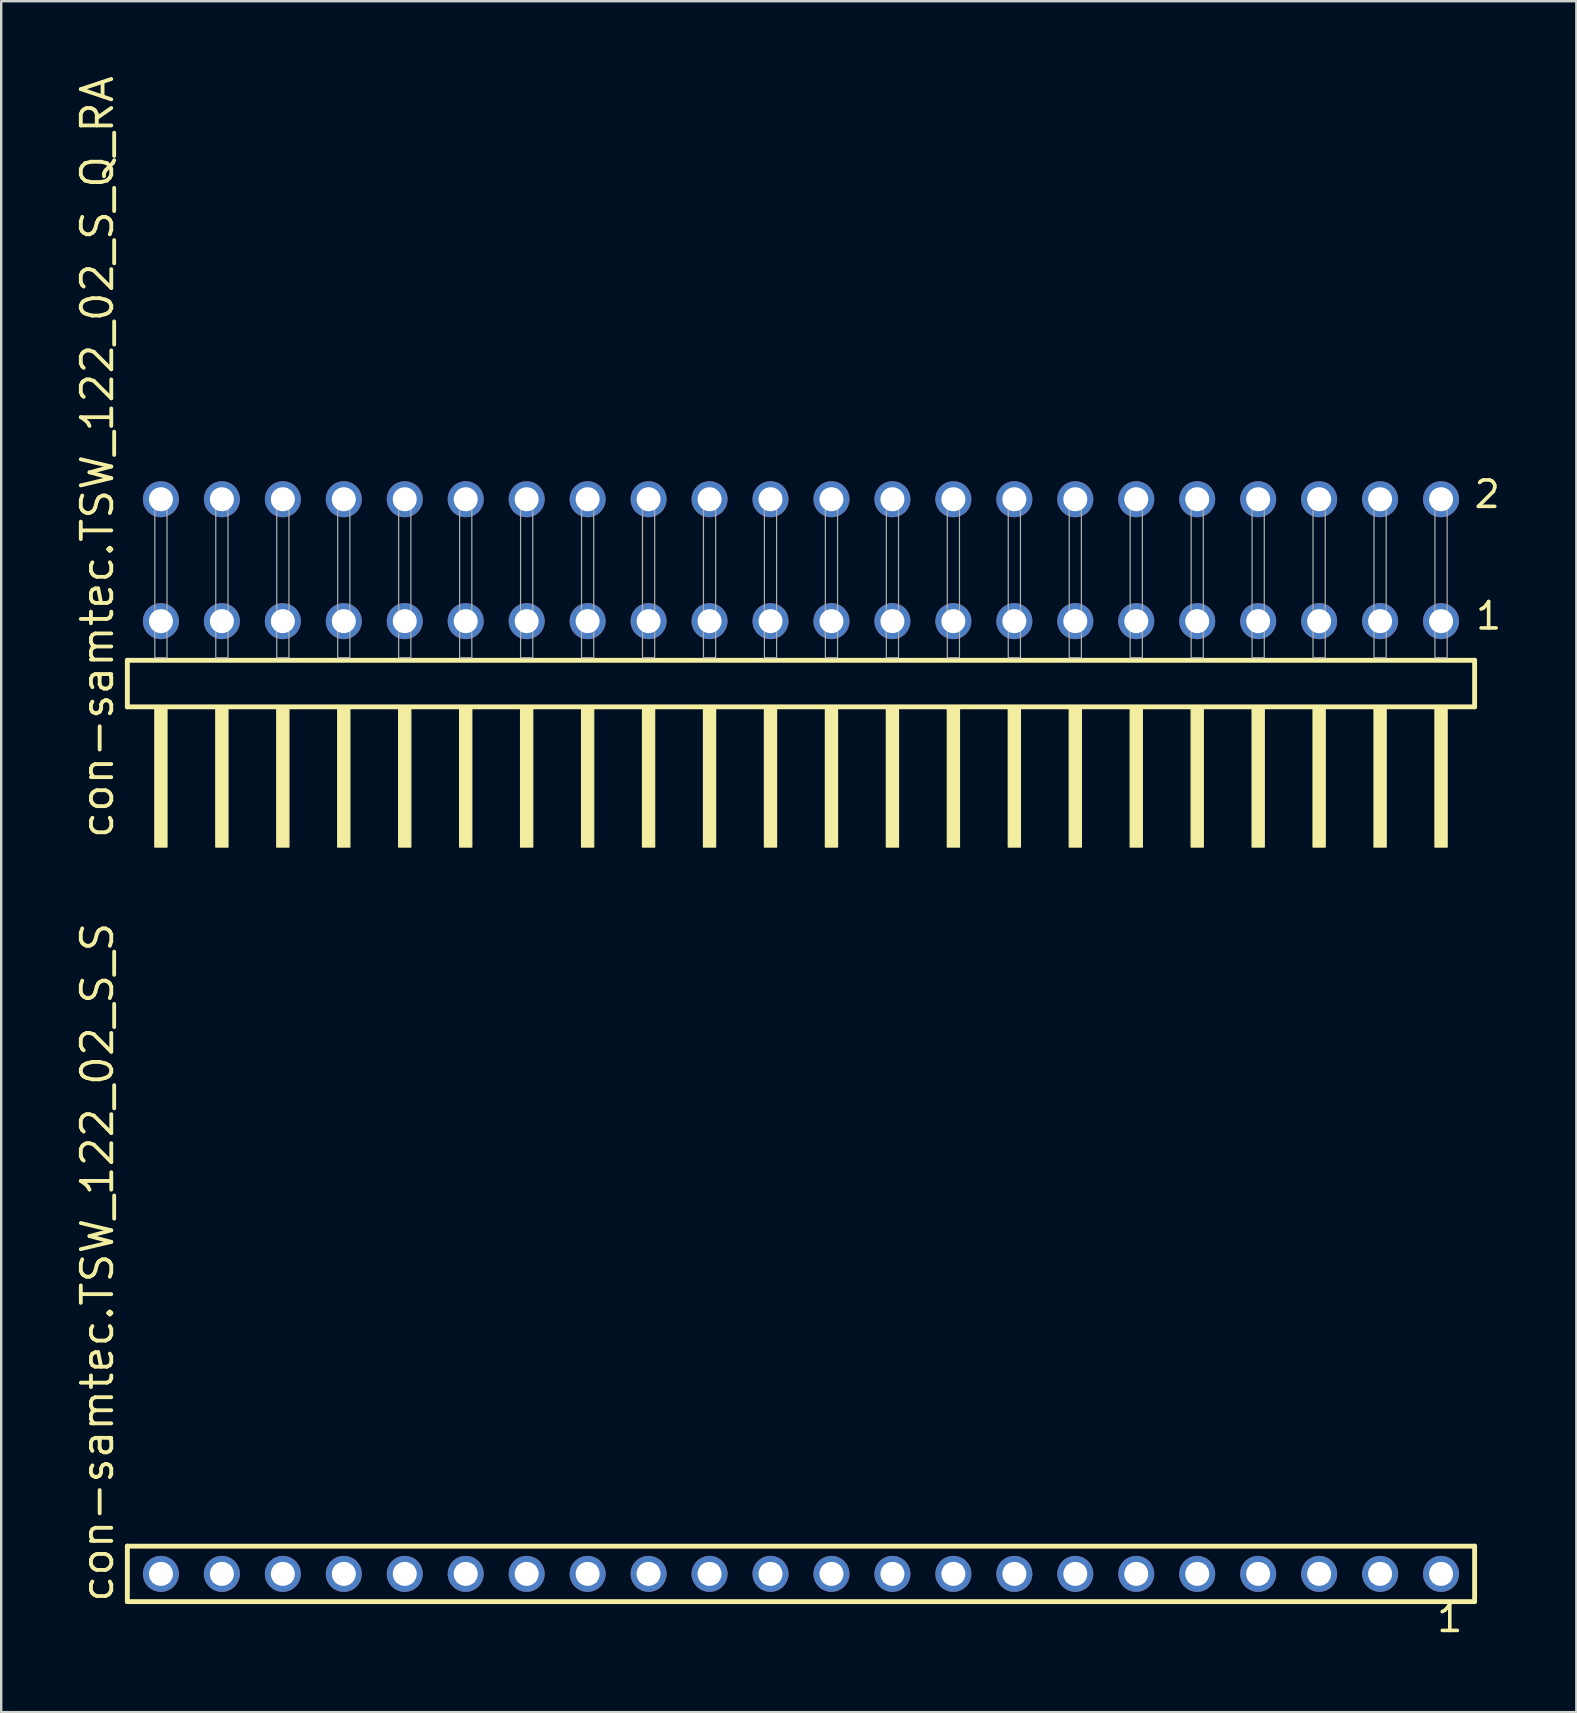
<source format=kicad_pcb>
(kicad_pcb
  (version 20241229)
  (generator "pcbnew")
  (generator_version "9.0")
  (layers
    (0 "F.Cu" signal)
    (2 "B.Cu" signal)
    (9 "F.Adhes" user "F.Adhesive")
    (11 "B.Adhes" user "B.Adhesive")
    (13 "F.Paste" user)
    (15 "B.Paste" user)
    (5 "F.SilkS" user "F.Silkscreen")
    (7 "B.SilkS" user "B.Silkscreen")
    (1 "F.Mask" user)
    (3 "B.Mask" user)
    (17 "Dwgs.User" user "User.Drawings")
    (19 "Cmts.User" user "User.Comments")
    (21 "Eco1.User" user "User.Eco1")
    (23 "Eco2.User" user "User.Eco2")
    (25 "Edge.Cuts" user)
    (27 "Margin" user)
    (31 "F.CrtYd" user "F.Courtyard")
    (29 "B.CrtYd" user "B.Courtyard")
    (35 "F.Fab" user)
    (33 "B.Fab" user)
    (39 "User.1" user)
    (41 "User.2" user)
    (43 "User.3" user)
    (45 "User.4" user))
  (footprint "con-samtec.TSW_122_02_S_Q_RA"
    (layer "F.Cu")
    (at 30.325 24.356)
    (property "Reference" "con-samtec.TSW_122_02_S_Q_RA" (at -28.575 7.62 90) (layer "F.SilkS") (effects (font (size 1.27 1.27) (thickness 0.16)) (justify left bottom)))
    (attr through_hole)
    (fp_line (start -28.069 0.106) (end -28.069 2.046) (stroke (width 0.203) (type default)) (layer "F.SilkS"))
    (fp_line (start -28.069 2.046) (end 28.069 2.046) (stroke (width 0.203) (type default)) (layer "F.SilkS"))
    (fp_line (start 28.069 0.106) (end -28.069 0.106) (stroke (width 0.203) (type default)) (layer "F.SilkS"))
    (fp_line (start 28.069 2.046) (end 28.069 0.106) (stroke (width 0.203) (type default)) (layer "F.SilkS"))
    (fp_rect (start -26.924 7.89) (end -26.416 2.04) (stroke (width 0.05) (type default)) (fill yes) (layer "F.SilkS"))
    (fp_rect (start -24.384 7.89) (end -23.876 2.04) (stroke (width 0.05) (type default)) (fill yes) (layer "F.SilkS"))
    (fp_rect (start -21.844 7.89) (end -21.336 2.04) (stroke (width 0.05) (type default)) (fill yes) (layer "F.SilkS"))
    (fp_rect (start -19.304 7.89) (end -18.796 2.04) (stroke (width 0.05) (type default)) (fill yes) (layer "F.SilkS"))
    (fp_rect (start -16.764 7.89) (end -16.256 2.04) (stroke (width 0.05) (type default)) (fill yes) (layer "F.SilkS"))
    (fp_rect (start -14.224 7.89) (end -13.716 2.04) (stroke (width 0.05) (type default)) (fill yes) (layer "F.SilkS"))
    (fp_rect (start -11.684 7.89) (end -11.176 2.04) (stroke (width 0.05) (type default)) (fill yes) (layer "F.SilkS"))
    (fp_rect (start -9.144 7.89) (end -8.636 2.04) (stroke (width 0.05) (type default)) (fill yes) (layer "F.SilkS"))
    (fp_rect (start -6.604 7.89) (end -6.096 2.04) (stroke (width 0.05) (type default)) (fill yes) (layer "F.SilkS"))
    (fp_rect (start -4.064 7.89) (end -3.556 2.04) (stroke (width 0.05) (type default)) (fill yes) (layer "F.SilkS"))
    (fp_rect (start -1.524 7.89) (end -1.016 2.04) (stroke (width 0.05) (type default)) (fill yes) (layer "F.SilkS"))
    (fp_rect (start 1.016 7.89) (end 1.524 2.04) (stroke (width 0.05) (type default)) (fill yes) (layer "F.SilkS"))
    (fp_rect (start 3.556 7.89) (end 4.064 2.04) (stroke (width 0.05) (type default)) (fill yes) (layer "F.SilkS"))
    (fp_rect (start 6.096 7.89) (end 6.604 2.04) (stroke (width 0.05) (type default)) (fill yes) (layer "F.SilkS"))
    (fp_rect (start 8.636 7.89) (end 9.144 2.04) (stroke (width 0.05) (type default)) (fill yes) (layer "F.SilkS"))
    (fp_rect (start 11.176 7.89) (end 11.684 2.04) (stroke (width 0.05) (type default)) (fill yes) (layer "F.SilkS"))
    (fp_rect (start 13.716 7.89) (end 14.224 2.04) (stroke (width 0.05) (type default)) (fill yes) (layer "F.SilkS"))
    (fp_rect (start 16.256 7.89) (end 16.764 2.04) (stroke (width 0.05) (type default)) (fill yes) (layer "F.SilkS"))
    (fp_rect (start 18.796 7.89) (end 19.304 2.04) (stroke (width 0.05) (type default)) (fill yes) (layer "F.SilkS"))
    (fp_rect (start 21.336 7.89) (end 21.844 2.04) (stroke (width 0.05) (type default)) (fill yes) (layer "F.SilkS"))
    (fp_rect (start 23.876 7.89) (end 24.384 2.04) (stroke (width 0.05) (type default)) (fill yes) (layer "F.SilkS"))
    (fp_rect (start 26.416 7.89) (end 26.924 2.04) (stroke (width 0.05) (type default)) (fill yes) (layer "F.SilkS"))
    (fp_rect (start -26.924 0) (end -26.416 -6.858) (stroke (width 0.05) (type default)) (fill no) (layer "F.Fab"))
    (fp_rect (start -24.384 0) (end -23.876 -6.858) (stroke (width 0.05) (type default)) (fill no) (layer "F.Fab"))
    (fp_rect (start -21.844 0) (end -21.336 -6.858) (stroke (width 0.05) (type default)) (fill no) (layer "F.Fab"))
    (fp_rect (start -19.304 0) (end -18.796 -6.858) (stroke (width 0.05) (type default)) (fill no) (layer "F.Fab"))
    (fp_rect (start -16.764 0) (end -16.256 -6.858) (stroke (width 0.05) (type default)) (fill no) (layer "F.Fab"))
    (fp_rect (start -14.224 0) (end -13.716 -6.858) (stroke (width 0.05) (type default)) (fill no) (layer "F.Fab"))
    (fp_rect (start -11.684 0) (end -11.176 -6.858) (stroke (width 0.05) (type default)) (fill no) (layer "F.Fab"))
    (fp_rect (start -9.144 0) (end -8.636 -6.858) (stroke (width 0.05) (type default)) (fill no) (layer "F.Fab"))
    (fp_rect (start -6.604 0) (end -6.096 -6.858) (stroke (width 0.05) (type default)) (fill no) (layer "F.Fab"))
    (fp_rect (start -4.064 0) (end -3.556 -6.858) (stroke (width 0.05) (type default)) (fill no) (layer "F.Fab"))
    (fp_rect (start -1.524 0) (end -1.016 -6.858) (stroke (width 0.05) (type default)) (fill no) (layer "F.Fab"))
    (fp_rect (start 1.016 0) (end 1.524 -6.858) (stroke (width 0.05) (type default)) (fill no) (layer "F.Fab"))
    (fp_rect (start 3.556 0) (end 4.064 -6.858) (stroke (width 0.05) (type default)) (fill no) (layer "F.Fab"))
    (fp_rect (start 6.096 0) (end 6.604 -6.858) (stroke (width 0.05) (type default)) (fill no) (layer "F.Fab"))
    (fp_rect (start 8.636 0) (end 9.144 -6.858) (stroke (width 0.05) (type default)) (fill no) (layer "F.Fab"))
    (fp_rect (start 11.176 0) (end 11.684 -6.858) (stroke (width 0.05) (type default)) (fill no) (layer "F.Fab"))
    (fp_rect (start 13.716 0) (end 14.224 -6.858) (stroke (width 0.05) (type default)) (fill no) (layer "F.Fab"))
    (fp_rect (start 16.256 0) (end 16.764 -6.858) (stroke (width 0.05) (type default)) (fill no) (layer "F.Fab"))
    (fp_rect (start 18.796 0) (end 19.304 -6.858) (stroke (width 0.05) (type default)) (fill no) (layer "F.Fab"))
    (fp_rect (start 21.336 0) (end 21.844 -6.858) (stroke (width 0.05) (type default)) (fill no) (layer "F.Fab"))
    (fp_rect (start 23.876 0) (end 24.384 -6.858) (stroke (width 0.05) (type default)) (fill no) (layer "F.Fab"))
    (fp_rect (start 26.416 0) (end 26.924 -6.858) (stroke (width 0.05) (type default)) (fill no) (layer "F.Fab"))
    (fp_text user "1" (at 28.03 -1.1 0) (layer "F.SilkS") (effects (font (size 1.1 1.1) (thickness 0.15)) (justify left bottom)))
    (fp_text user "2" (at 27.97 -6.165 0) (layer "F.SilkS") (effects (font (size 1.1 1.1) (thickness 0.15)) (justify left bottom)))
    (pad "1" thru_hole circle (at 26.67 -1.524 180) (size 1.5 1.5) (drill 1) (layers "*.Cu" "*.Mask"))
    (pad "2" thru_hole circle (at 26.67 -6.604 180) (size 1.5 1.5) (drill 1) (layers "*.Cu" "*.Mask"))
    (pad "3" thru_hole circle (at 24.13 -1.524 180) (size 1.5 1.5) (drill 1) (layers "*.Cu" "*.Mask"))
    (pad "4" thru_hole circle (at 24.13 -6.604 180) (size 1.5 1.5) (drill 1) (layers "*.Cu" "*.Mask"))
    (pad "5" thru_hole circle (at 21.59 -1.524 180) (size 1.5 1.5) (drill 1) (layers "*.Cu" "*.Mask"))
    (pad "6" thru_hole circle (at 21.59 -6.604 180) (size 1.5 1.5) (drill 1) (layers "*.Cu" "*.Mask"))
    (pad "7" thru_hole circle (at 19.05 -1.524 180) (size 1.5 1.5) (drill 1) (layers "*.Cu" "*.Mask"))
    (pad "8" thru_hole circle (at 19.05 -6.604 180) (size 1.5 1.5) (drill 1) (layers "*.Cu" "*.Mask"))
    (pad "9" thru_hole circle (at 16.51 -1.524 180) (size 1.5 1.5) (drill 1) (layers "*.Cu" "*.Mask"))
    (pad "10" thru_hole circle (at 16.51 -6.604 180) (size 1.5 1.5) (drill 1) (layers "*.Cu" "*.Mask"))
    (pad "11" thru_hole circle (at 13.97 -1.524 180) (size 1.5 1.5) (drill 1) (layers "*.Cu" "*.Mask"))
    (pad "12" thru_hole circle (at 13.97 -6.604 180) (size 1.5 1.5) (drill 1) (layers "*.Cu" "*.Mask"))
    (pad "13" thru_hole circle (at 11.43 -1.524 180) (size 1.5 1.5) (drill 1) (layers "*.Cu" "*.Mask"))
    (pad "14" thru_hole circle (at 11.43 -6.604 180) (size 1.5 1.5) (drill 1) (layers "*.Cu" "*.Mask"))
    (pad "15" thru_hole circle (at 8.89 -1.524 180) (size 1.5 1.5) (drill 1) (layers "*.Cu" "*.Mask"))
    (pad "16" thru_hole circle (at 8.89 -6.604 180) (size 1.5 1.5) (drill 1) (layers "*.Cu" "*.Mask"))
    (pad "17" thru_hole circle (at 6.35 -1.524 180) (size 1.5 1.5) (drill 1) (layers "*.Cu" "*.Mask"))
    (pad "18" thru_hole circle (at 6.35 -6.604 180) (size 1.5 1.5) (drill 1) (layers "*.Cu" "*.Mask"))
    (pad "19" thru_hole circle (at 3.81 -1.524 180) (size 1.5 1.5) (drill 1) (layers "*.Cu" "*.Mask"))
    (pad "20" thru_hole circle (at 3.81 -6.604 180) (size 1.5 1.5) (drill 1) (layers "*.Cu" "*.Mask"))
    (pad "21" thru_hole circle (at 1.27 -1.524 180) (size 1.5 1.5) (drill 1) (layers "*.Cu" "*.Mask"))
    (pad "22" thru_hole circle (at 1.27 -6.604 180) (size 1.5 1.5) (drill 1) (layers "*.Cu" "*.Mask"))
    (pad "23" thru_hole circle (at -1.27 -1.524 180) (size 1.5 1.5) (drill 1) (layers "*.Cu" "*.Mask"))
    (pad "24" thru_hole circle (at -1.27 -6.604 180) (size 1.5 1.5) (drill 1) (layers "*.Cu" "*.Mask"))
    (pad "25" thru_hole circle (at -3.81 -1.524 180) (size 1.5 1.5) (drill 1) (layers "*.Cu" "*.Mask"))
    (pad "26" thru_hole circle (at -3.81 -6.604 180) (size 1.5 1.5) (drill 1) (layers "*.Cu" "*.Mask"))
    (pad "27" thru_hole circle (at -6.35 -1.524 180) (size 1.5 1.5) (drill 1) (layers "*.Cu" "*.Mask"))
    (pad "28" thru_hole circle (at -6.35 -6.604 180) (size 1.5 1.5) (drill 1) (layers "*.Cu" "*.Mask"))
    (pad "29" thru_hole circle (at -8.89 -1.524 180) (size 1.5 1.5) (drill 1) (layers "*.Cu" "*.Mask"))
    (pad "30" thru_hole circle (at -8.89 -6.604 180) (size 1.5 1.5) (drill 1) (layers "*.Cu" "*.Mask"))
    (pad "31" thru_hole circle (at -11.43 -1.524 180) (size 1.5 1.5) (drill 1) (layers "*.Cu" "*.Mask"))
    (pad "32" thru_hole circle (at -11.43 -6.604 180) (size 1.5 1.5) (drill 1) (layers "*.Cu" "*.Mask"))
    (pad "33" thru_hole circle (at -13.97 -1.524 180) (size 1.5 1.5) (drill 1) (layers "*.Cu" "*.Mask"))
    (pad "34" thru_hole circle (at -13.97 -6.604 180) (size 1.5 1.5) (drill 1) (layers "*.Cu" "*.Mask"))
    (pad "35" thru_hole circle (at -16.51 -1.524 180) (size 1.5 1.5) (drill 1) (layers "*.Cu" "*.Mask"))
    (pad "36" thru_hole circle (at -16.51 -6.604 180) (size 1.5 1.5) (drill 1) (layers "*.Cu" "*.Mask"))
    (pad "37" thru_hole circle (at -19.05 -1.524 180) (size 1.5 1.5) (drill 1) (layers "*.Cu" "*.Mask"))
    (pad "38" thru_hole circle (at -19.05 -6.604 180) (size 1.5 1.5) (drill 1) (layers "*.Cu" "*.Mask"))
    (pad "39" thru_hole circle (at -21.59 -1.524 180) (size 1.5 1.5) (drill 1) (layers "*.Cu" "*.Mask"))
    (pad "40" thru_hole circle (at -21.59 -6.604 180) (size 1.5 1.5) (drill 1) (layers "*.Cu" "*.Mask"))
    (pad "41" thru_hole circle (at -24.13 -1.524 180) (size 1.5 1.5) (drill 1) (layers "*.Cu" "*.Mask"))
    (pad "42" thru_hole circle (at -24.13 -6.604 180) (size 1.5 1.5) (drill 1) (layers "*.Cu" "*.Mask"))
    (pad "43" thru_hole circle (at -26.67 -1.524 180) (size 1.5 1.5) (drill 1) (layers "*.Cu" "*.Mask"))
    (pad "44" thru_hole circle (at -26.67 -6.604 180) (size 1.5 1.5) (drill 1) (layers "*.Cu" "*.Mask")))
  (footprint "con-samtec.TSW_122_02_S_S"
    (layer "F.Cu")
    (at 30.325 62.53)
    (property "Reference" "con-samtec.TSW_122_02_S_S" (at -28.575 1.27 90) (layer "F.SilkS") (effects (font (size 1.27 1.27) (thickness 0.16)) (justify left bottom)))
    (attr through_hole)
    (fp_line (start -28.069 -1.155) (end 28.069 -1.155) (stroke (width 0.203) (type default)) (layer "F.SilkS"))
    (fp_line (start -28.069 1.155) (end -28.069 -1.155) (stroke (width 0.203) (type default)) (layer "F.SilkS"))
    (fp_line (start 28.069 -1.155) (end 28.069 1.155) (stroke (width 0.203) (type default)) (layer "F.SilkS"))
    (fp_line (start 28.069 1.155) (end -28.069 1.155) (stroke (width 0.203) (type default)) (layer "F.SilkS"))
    (fp_rect (start -27.02 0.35) (end -26.32 -0.35) (stroke (width 0.05) (type default)) (fill no) (layer "F.Fab"))
    (fp_rect (start -24.48 0.35) (end -23.78 -0.35) (stroke (width 0.05) (type default)) (fill no) (layer "F.Fab"))
    (fp_rect (start -21.94 0.35) (end -21.24 -0.35) (stroke (width 0.05) (type default)) (fill no) (layer "F.Fab"))
    (fp_rect (start -19.4 0.35) (end -18.7 -0.35) (stroke (width 0.05) (type default)) (fill no) (layer "F.Fab"))
    (fp_rect (start -16.86 0.35) (end -16.16 -0.35) (stroke (width 0.05) (type default)) (fill no) (layer "F.Fab"))
    (fp_rect (start -14.32 0.35) (end -13.62 -0.35) (stroke (width 0.05) (type default)) (fill no) (layer "F.Fab"))
    (fp_rect (start -11.78 0.35) (end -11.08 -0.35) (stroke (width 0.05) (type default)) (fill no) (layer "F.Fab"))
    (fp_rect (start -9.24 0.35) (end -8.54 -0.35) (stroke (width 0.05) (type default)) (fill no) (layer "F.Fab"))
    (fp_rect (start -6.7 0.35) (end -6 -0.35) (stroke (width 0.05) (type default)) (fill no) (layer "F.Fab"))
    (fp_rect (start -4.16 0.35) (end -3.46 -0.35) (stroke (width 0.05) (type default)) (fill no) (layer "F.Fab"))
    (fp_rect (start -1.62 0.35) (end -0.92 -0.35) (stroke (width 0.05) (type default)) (fill no) (layer "F.Fab"))
    (fp_rect (start 0.92 0.35) (end 1.62 -0.35) (stroke (width 0.05) (type default)) (fill no) (layer "F.Fab"))
    (fp_rect (start 3.46 0.35) (end 4.16 -0.35) (stroke (width 0.05) (type default)) (fill no) (layer "F.Fab"))
    (fp_rect (start 6 0.35) (end 6.7 -0.35) (stroke (width 0.05) (type default)) (fill no) (layer "F.Fab"))
    (fp_rect (start 8.54 0.35) (end 9.24 -0.35) (stroke (width 0.05) (type default)) (fill no) (layer "F.Fab"))
    (fp_rect (start 11.08 0.35) (end 11.78 -0.35) (stroke (width 0.05) (type default)) (fill no) (layer "F.Fab"))
    (fp_rect (start 13.62 0.35) (end 14.32 -0.35) (stroke (width 0.05) (type default)) (fill no) (layer "F.Fab"))
    (fp_rect (start 16.16 0.35) (end 16.86 -0.35) (stroke (width 0.05) (type default)) (fill no) (layer "F.Fab"))
    (fp_rect (start 18.7 0.35) (end 19.4 -0.35) (stroke (width 0.05) (type default)) (fill no) (layer "F.Fab"))
    (fp_rect (start 21.24 0.35) (end 21.94 -0.35) (stroke (width 0.05) (type default)) (fill no) (layer "F.Fab"))
    (fp_rect (start 23.78 0.35) (end 24.48 -0.35) (stroke (width 0.05) (type default)) (fill no) (layer "F.Fab"))
    (fp_rect (start 26.32 0.35) (end 27.02 -0.35) (stroke (width 0.05) (type default)) (fill no) (layer "F.Fab"))
    (fp_text user "1" (at 26.412 2.498 0) (layer "F.SilkS") (effects (font (size 1.1 1.1) (thickness 0.15)) (justify left bottom)))
    (pad "1" thru_hole circle (at 26.67 0 180) (size 1.5 1.5) (drill 1) (layers "*.Cu" "*.Mask"))
    (pad "2" thru_hole circle (at 24.13 0 180) (size 1.5 1.5) (drill 1) (layers "*.Cu" "*.Mask"))
    (pad "3" thru_hole circle (at 21.59 0 180) (size 1.5 1.5) (drill 1) (layers "*.Cu" "*.Mask"))
    (pad "4" thru_hole circle (at 19.05 0 180) (size 1.5 1.5) (drill 1) (layers "*.Cu" "*.Mask"))
    (pad "5" thru_hole circle (at 16.51 0 180) (size 1.5 1.5) (drill 1) (layers "*.Cu" "*.Mask"))
    (pad "6" thru_hole circle (at 13.97 0 180) (size 1.5 1.5) (drill 1) (layers "*.Cu" "*.Mask"))
    (pad "7" thru_hole circle (at 11.43 0 180) (size 1.5 1.5) (drill 1) (layers "*.Cu" "*.Mask"))
    (pad "8" thru_hole circle (at 8.89 0 180) (size 1.5 1.5) (drill 1) (layers "*.Cu" "*.Mask"))
    (pad "9" thru_hole circle (at 6.35 0 180) (size 1.5 1.5) (drill 1) (layers "*.Cu" "*.Mask"))
    (pad "10" thru_hole circle (at 3.81 0 180) (size 1.5 1.5) (drill 1) (layers "*.Cu" "*.Mask"))
    (pad "11" thru_hole circle (at 1.27 0 180) (size 1.5 1.5) (drill 1) (layers "*.Cu" "*.Mask"))
    (pad "12" thru_hole circle (at -1.27 0 180) (size 1.5 1.5) (drill 1) (layers "*.Cu" "*.Mask"))
    (pad "13" thru_hole circle (at -3.81 0 180) (size 1.5 1.5) (drill 1) (layers "*.Cu" "*.Mask"))
    (pad "14" thru_hole circle (at -6.35 0 180) (size 1.5 1.5) (drill 1) (layers "*.Cu" "*.Mask"))
    (pad "15" thru_hole circle (at -8.89 0 180) (size 1.5 1.5) (drill 1) (layers "*.Cu" "*.Mask"))
    (pad "16" thru_hole circle (at -11.43 0 180) (size 1.5 1.5) (drill 1) (layers "*.Cu" "*.Mask"))
    (pad "17" thru_hole circle (at -13.97 0 180) (size 1.5 1.5) (drill 1) (layers "*.Cu" "*.Mask"))
    (pad "18" thru_hole circle (at -16.51 0 180) (size 1.5 1.5) (drill 1) (layers "*.Cu" "*.Mask"))
    (pad "19" thru_hole circle (at -19.05 0 180) (size 1.5 1.5) (drill 1) (layers "*.Cu" "*.Mask"))
    (pad "20" thru_hole circle (at -21.59 0 180) (size 1.5 1.5) (drill 1) (layers "*.Cu" "*.Mask"))
    (pad "21" thru_hole circle (at -24.13 0 180) (size 1.5 1.5) (drill 1) (layers "*.Cu" "*.Mask"))
    (pad "22" thru_hole circle (at -26.67 0 180) (size 1.5 1.5) (drill 1) (layers "*.Cu" "*.Mask")))
  (gr_rect
    (start -3 -3)
    (end 62.633 68.291)
    (stroke (width 0.1) (type default))
    (fill no)
    (layer "Edge.Cuts")))
</source>
